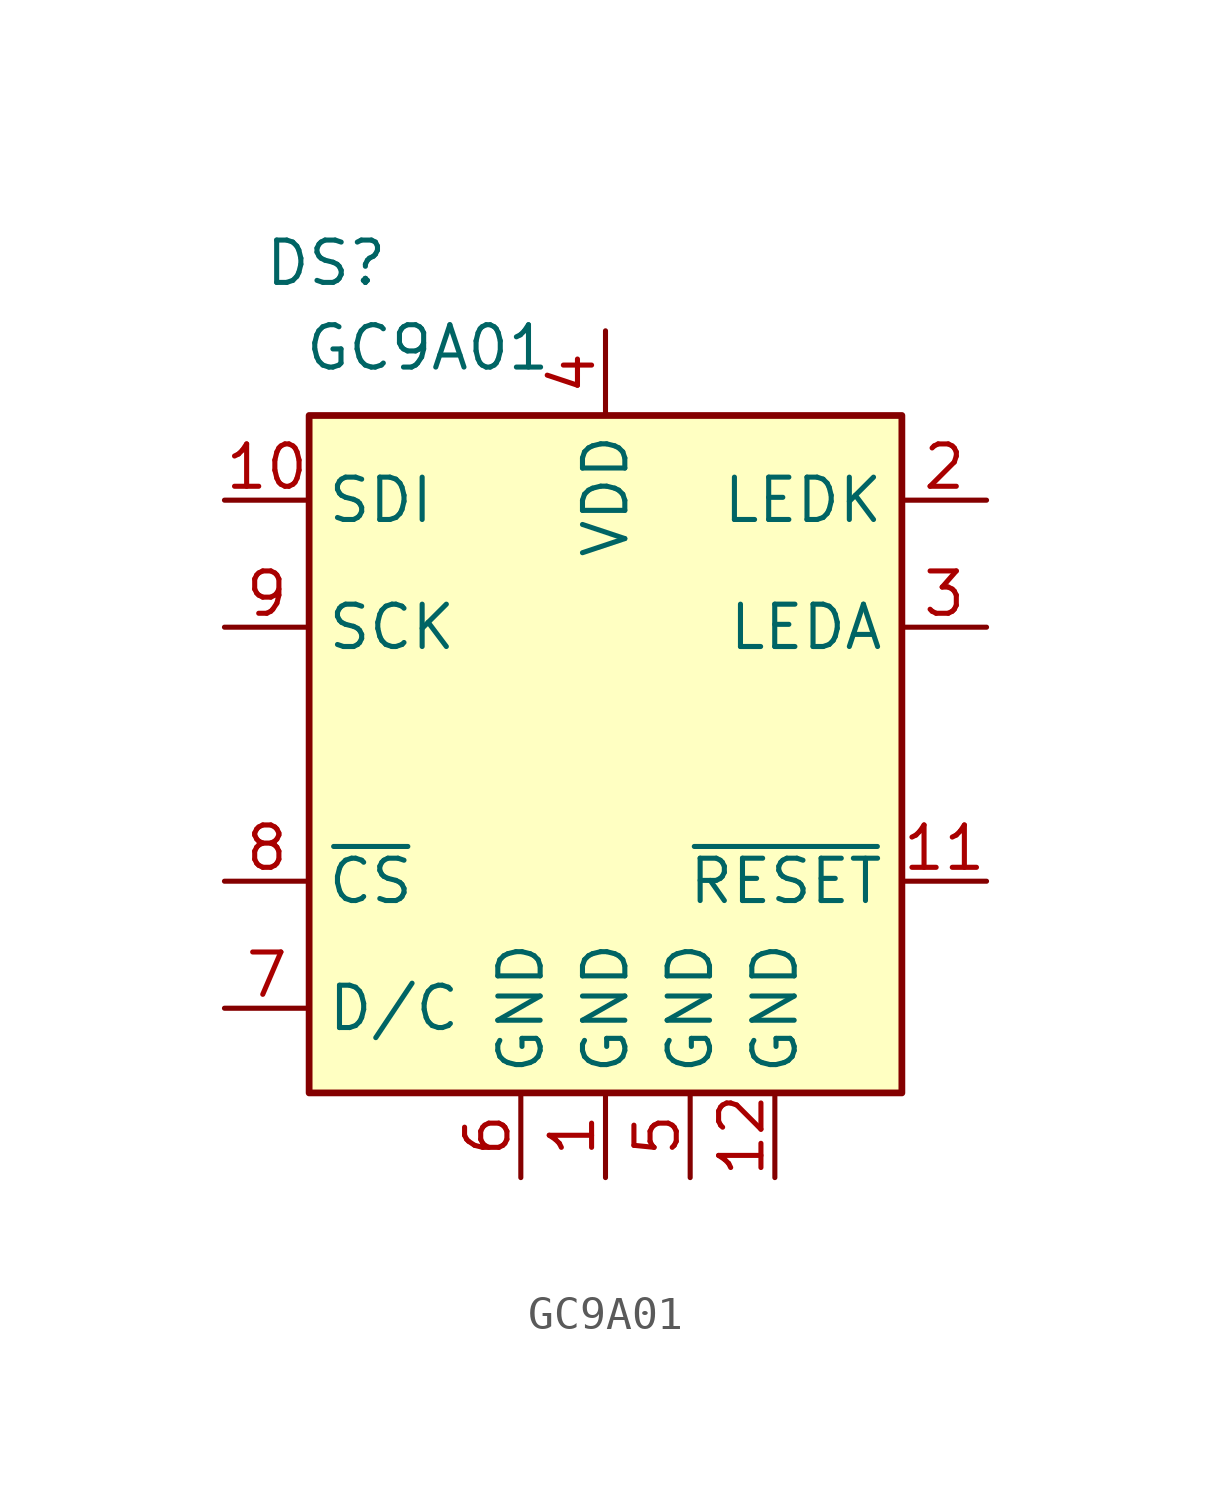
<source format=kicad_sym>
(kicad_symbol_lib
  (version 20241209)
  (generator "kicad_symbol_editor")
  (generator_version "9.0")
  (symbol "GC9A01"
    (property "Reference" "DS"
      (at 0.508 3.302 0)
      (effects (font (size 1.27 1.27))))
    (property "Value" "GC9A01"
      (at 3.556 0.762 0)
      (effects (font (size 1.27 1.27))))
    (symbol "GC9A01_0_0"
      (pin bidirectional line (at -2.54 -3.81 0) (length 2.54) (name "SDI" (effects (font (size 1.27 1.27)))) (number "10" (effects (font (size 1.27 1.27)))))
      (pin input line (at -2.54 -7.62 0) (length 2.54) (name "SCK" (effects (font (size 1.27 1.27)))) (number "9" (effects (font (size 1.27 1.27)))))
      (pin input line (at -2.54 -15.24 0) (length 2.54) (name "~{CS}" (effects (font (size 1.27 1.27)))) (number "8" (effects (font (size 1.27 1.27)))))
      (pin input line (at -2.54 -19.05 0) (length 2.54) (name "D/C" (effects (font (size 1.27 1.27)))) (number "7" (effects (font (size 1.27 1.27)))))
      (pin power_in line (at 6.35 -24.13 90) (length 2.54) (name "GND" (effects (font (size 1.27 1.27)))) (number "6" (effects (font (size 1.27 1.27)))))
      (pin power_in line (at 8.89 1.27 270) (length 2.54) (name "VDD" (effects (font (size 1.27 1.27)))) (number "4" (effects (font (size 1.27 1.27)))))
      (pin power_in line (at 8.89 -24.13 90) (length 2.54) (name "GND" (effects (font (size 1.27 1.27)))) (number "1" (effects (font (size 1.27 1.27)))))
      (pin power_in line (at 11.43 -24.13 90) (length 2.54) (name "GND" (effects (font (size 1.27 1.27)))) (number "5" (effects (font (size 1.27 1.27)))))
      (pin power_in line (at 13.97 -24.13 90) (length 2.54) (name "GND" (effects (font (size 1.27 1.27)))) (number "12" (effects (font (size 1.27 1.27)))))
      (pin passive line (at 20.32 -3.81 180) (length 2.54) (name "LEDK" (effects (font (size 1.27 1.27)))) (number "2" (effects (font (size 1.27 1.27)))))
      (pin passive line (at 20.32 -7.62 180) (length 2.54) (name "LEDA" (effects (font (size 1.27 1.27)))) (number "3" (effects (font (size 1.27 1.27)))))
      (pin input line (at 20.32 -15.24 180) (length 2.54) (name "~{RESET}" (effects (font (size 1.27 1.27)))) (number "11" (effects (font (size 1.27 1.27))))))
    (symbol "GC9A01_0_1"
      (rectangle (start 0 -1.27) (end 17.78 -21.59) (stroke (width 0.203) (type solid)) (fill (type background))))))
</source>
